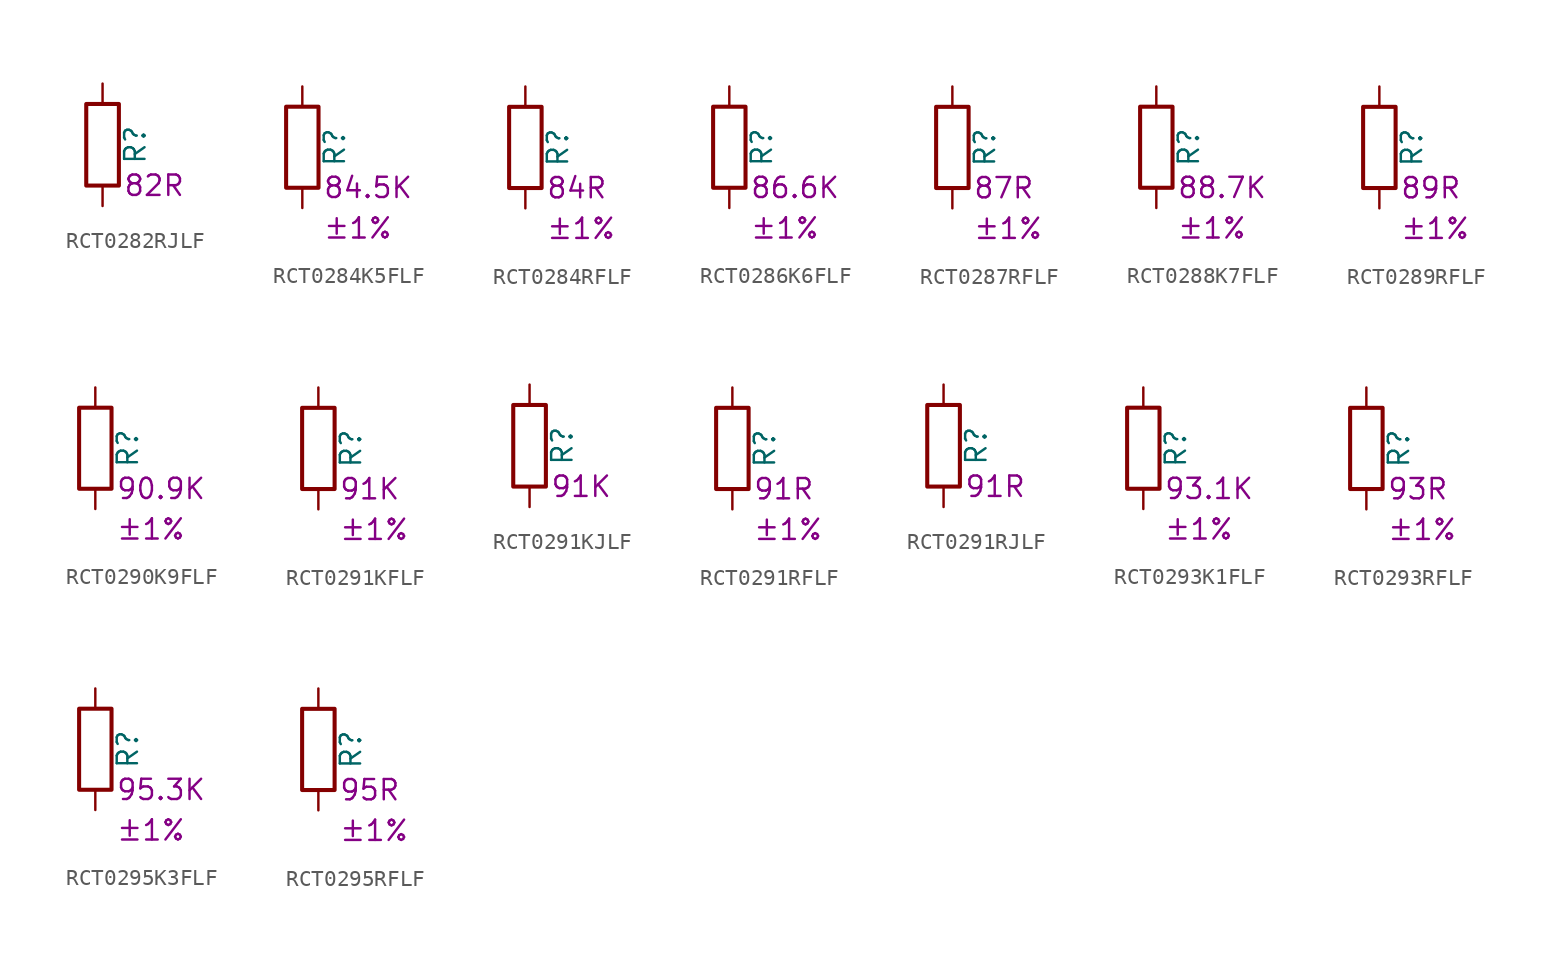
<source format=kicad_sym>
(kicad_symbol_lib
  (version 20220914)
  (generator kicad_symbol_editor)
  (symbol "RCT0282RJLF"
    (pin_numbers hide)
    (pin_names
      (offset 0))
    (property "Reference" "R"
      (at 2.032 0 90)
      (effects (font (size 1.27 1.27))))
    (property "Resistance" "82R"
      (at 1.27 -2.54 0)
      (effects (font (size 1.27 1.27)) (justify left)))
    (symbol "RCT0282RJLF_0_1"
      (rectangle (start -1.016 -2.54) (end 1.016 2.54) (stroke (width 0.254) (type default)) (fill (type none))))
    (symbol "RCT0282RJLF_1_1"
      (pin passive line (at 0 3.81 270) (length 1.27) (name "~" (effects (font (size 1.27 1.27)))) (number "1" (effects (font (size 1.27 1.27)))))
      (pin passive line (at 0 -3.81 90) (length 1.27) (name "~" (effects (font (size 1.27 1.27)))) (number "2" (effects (font (size 1.27 1.27)))))))
  (symbol "RCT0284K5FLF"
    (pin_numbers hide)
    (pin_names
      (offset 0))
    (property "Reference" "R"
      (at 2.032 0 90)
      (effects (font (size 1.27 1.27))))
    (property "Resistance" "84.5K"
      (at 1.27 -2.54 0)
      (effects (font (size 1.27 1.27)) (justify left)))
    (property "Tolerance" "±1%"
      (at 1.27 -5.08 0)
      (effects (font (size 1.27 1.27)) (justify left)))
    (symbol "RCT0284K5FLF_0_1"
      (rectangle (start -1.016 -2.54) (end 1.016 2.54) (stroke (width 0.254) (type default)) (fill (type none))))
    (symbol "RCT0284K5FLF_1_1"
      (pin passive line (at 0 3.81 270) (length 1.27) (name "~" (effects (font (size 1.27 1.27)))) (number "1" (effects (font (size 1.27 1.27)))))
      (pin passive line (at 0 -3.81 90) (length 1.27) (name "~" (effects (font (size 1.27 1.27)))) (number "2" (effects (font (size 1.27 1.27)))))))
  (symbol "RCT0284RFLF"
    (pin_numbers hide)
    (pin_names
      (offset 0))
    (property "Reference" "R"
      (at 2.032 0 90)
      (effects (font (size 1.27 1.27))))
    (property "Resistance" "84R"
      (at 1.27 -2.54 0)
      (effects (font (size 1.27 1.27)) (justify left)))
    (property "Tolerance" "±1%"
      (at 1.27 -5.08 0)
      (effects (font (size 1.27 1.27)) (justify left)))
    (symbol "RCT0284RFLF_0_1"
      (rectangle (start -1.016 -2.54) (end 1.016 2.54) (stroke (width 0.254) (type default)) (fill (type none))))
    (symbol "RCT0284RFLF_1_1"
      (pin passive line (at 0 3.81 270) (length 1.27) (name "~" (effects (font (size 1.27 1.27)))) (number "1" (effects (font (size 1.27 1.27)))))
      (pin passive line (at 0 -3.81 90) (length 1.27) (name "~" (effects (font (size 1.27 1.27)))) (number "2" (effects (font (size 1.27 1.27)))))))
  (symbol "RCT0286K6FLF"
    (pin_numbers hide)
    (pin_names
      (offset 0))
    (property "Reference" "R"
      (at 2.032 0 90)
      (effects (font (size 1.27 1.27))))
    (property "Resistance" "86.6K"
      (at 1.27 -2.54 0)
      (effects (font (size 1.27 1.27)) (justify left)))
    (property "Tolerance" "±1%"
      (at 1.27 -5.08 0)
      (effects (font (size 1.27 1.27)) (justify left)))
    (symbol "RCT0286K6FLF_0_1"
      (rectangle (start -1.016 -2.54) (end 1.016 2.54) (stroke (width 0.254) (type default)) (fill (type none))))
    (symbol "RCT0286K6FLF_1_1"
      (pin passive line (at 0 3.81 270) (length 1.27) (name "~" (effects (font (size 1.27 1.27)))) (number "1" (effects (font (size 1.27 1.27)))))
      (pin passive line (at 0 -3.81 90) (length 1.27) (name "~" (effects (font (size 1.27 1.27)))) (number "2" (effects (font (size 1.27 1.27)))))))
  (symbol "RCT0287RFLF"
    (pin_numbers hide)
    (pin_names
      (offset 0))
    (property "Reference" "R"
      (at 2.032 0 90)
      (effects (font (size 1.27 1.27))))
    (property "Resistance" "87R"
      (at 1.27 -2.54 0)
      (effects (font (size 1.27 1.27)) (justify left)))
    (property "Tolerance" "±1%"
      (at 1.27 -5.08 0)
      (effects (font (size 1.27 1.27)) (justify left)))
    (symbol "RCT0287RFLF_0_1"
      (rectangle (start -1.016 -2.54) (end 1.016 2.54) (stroke (width 0.254) (type default)) (fill (type none))))
    (symbol "RCT0287RFLF_1_1"
      (pin passive line (at 0 3.81 270) (length 1.27) (name "~" (effects (font (size 1.27 1.27)))) (number "1" (effects (font (size 1.27 1.27)))))
      (pin passive line (at 0 -3.81 90) (length 1.27) (name "~" (effects (font (size 1.27 1.27)))) (number "2" (effects (font (size 1.27 1.27)))))))
  (symbol "RCT0288K7FLF"
    (pin_numbers hide)
    (pin_names
      (offset 0))
    (property "Reference" "R"
      (at 2.032 0 90)
      (effects (font (size 1.27 1.27))))
    (property "Resistance" "88.7K"
      (at 1.27 -2.54 0)
      (effects (font (size 1.27 1.27)) (justify left)))
    (property "Tolerance" "±1%"
      (at 1.27 -5.08 0)
      (effects (font (size 1.27 1.27)) (justify left)))
    (symbol "RCT0288K7FLF_0_1"
      (rectangle (start -1.016 -2.54) (end 1.016 2.54) (stroke (width 0.254) (type default)) (fill (type none))))
    (symbol "RCT0288K7FLF_1_1"
      (pin passive line (at 0 3.81 270) (length 1.27) (name "~" (effects (font (size 1.27 1.27)))) (number "1" (effects (font (size 1.27 1.27)))))
      (pin passive line (at 0 -3.81 90) (length 1.27) (name "~" (effects (font (size 1.27 1.27)))) (number "2" (effects (font (size 1.27 1.27)))))))
  (symbol "RCT0289RFLF"
    (pin_numbers hide)
    (pin_names
      (offset 0))
    (property "Reference" "R"
      (at 2.032 0 90)
      (effects (font (size 1.27 1.27))))
    (property "Resistance" "89R"
      (at 1.27 -2.54 0)
      (effects (font (size 1.27 1.27)) (justify left)))
    (property "Tolerance" "±1%"
      (at 1.27 -5.08 0)
      (effects (font (size 1.27 1.27)) (justify left)))
    (symbol "RCT0289RFLF_0_1"
      (rectangle (start -1.016 -2.54) (end 1.016 2.54) (stroke (width 0.254) (type default)) (fill (type none))))
    (symbol "RCT0289RFLF_1_1"
      (pin passive line (at 0 3.81 270) (length 1.27) (name "~" (effects (font (size 1.27 1.27)))) (number "1" (effects (font (size 1.27 1.27)))))
      (pin passive line (at 0 -3.81 90) (length 1.27) (name "~" (effects (font (size 1.27 1.27)))) (number "2" (effects (font (size 1.27 1.27)))))))
  (symbol "RCT0290K9FLF"
    (pin_numbers hide)
    (pin_names
      (offset 0))
    (property "Reference" "R"
      (at 2.032 0 90)
      (effects (font (size 1.27 1.27))))
    (property "Resistance" "90.9K"
      (at 1.27 -2.54 0)
      (effects (font (size 1.27 1.27)) (justify left)))
    (property "Tolerance" "±1%"
      (at 1.27 -5.08 0)
      (effects (font (size 1.27 1.27)) (justify left)))
    (symbol "RCT0290K9FLF_0_1"
      (rectangle (start -1.016 -2.54) (end 1.016 2.54) (stroke (width 0.254) (type default)) (fill (type none))))
    (symbol "RCT0290K9FLF_1_1"
      (pin passive line (at 0 3.81 270) (length 1.27) (name "~" (effects (font (size 1.27 1.27)))) (number "1" (effects (font (size 1.27 1.27)))))
      (pin passive line (at 0 -3.81 90) (length 1.27) (name "~" (effects (font (size 1.27 1.27)))) (number "2" (effects (font (size 1.27 1.27)))))))
  (symbol "RCT0291KFLF"
    (pin_numbers hide)
    (pin_names
      (offset 0))
    (property "Reference" "R"
      (at 2.032 0 90)
      (effects (font (size 1.27 1.27))))
    (property "Resistance" "91K"
      (at 1.27 -2.54 0)
      (effects (font (size 1.27 1.27)) (justify left)))
    (property "Tolerance" "±1%"
      (at 1.27 -5.08 0)
      (effects (font (size 1.27 1.27)) (justify left)))
    (symbol "RCT0291KFLF_0_1"
      (rectangle (start -1.016 -2.54) (end 1.016 2.54) (stroke (width 0.254) (type default)) (fill (type none))))
    (symbol "RCT0291KFLF_1_1"
      (pin passive line (at 0 3.81 270) (length 1.27) (name "~" (effects (font (size 1.27 1.27)))) (number "1" (effects (font (size 1.27 1.27)))))
      (pin passive line (at 0 -3.81 90) (length 1.27) (name "~" (effects (font (size 1.27 1.27)))) (number "2" (effects (font (size 1.27 1.27)))))))
  (symbol "RCT0291KJLF"
    (pin_numbers hide)
    (pin_names
      (offset 0))
    (property "Reference" "R"
      (at 2.032 0 90)
      (effects (font (size 1.27 1.27))))
    (property "Resistance" "91K"
      (at 1.27 -2.54 0)
      (effects (font (size 1.27 1.27)) (justify left)))
    (symbol "RCT0291KJLF_0_1"
      (rectangle (start -1.016 -2.54) (end 1.016 2.54) (stroke (width 0.254) (type default)) (fill (type none))))
    (symbol "RCT0291KJLF_1_1"
      (pin passive line (at 0 3.81 270) (length 1.27) (name "~" (effects (font (size 1.27 1.27)))) (number "1" (effects (font (size 1.27 1.27)))))
      (pin passive line (at 0 -3.81 90) (length 1.27) (name "~" (effects (font (size 1.27 1.27)))) (number "2" (effects (font (size 1.27 1.27)))))))
  (symbol "RCT0291RFLF"
    (pin_numbers hide)
    (pin_names
      (offset 0))
    (property "Reference" "R"
      (at 2.032 0 90)
      (effects (font (size 1.27 1.27))))
    (property "Resistance" "91R"
      (at 1.27 -2.54 0)
      (effects (font (size 1.27 1.27)) (justify left)))
    (property "Tolerance" "±1%"
      (at 1.27 -5.08 0)
      (effects (font (size 1.27 1.27)) (justify left)))
    (symbol "RCT0291RFLF_0_1"
      (rectangle (start -1.016 -2.54) (end 1.016 2.54) (stroke (width 0.254) (type default)) (fill (type none))))
    (symbol "RCT0291RFLF_1_1"
      (pin passive line (at 0 3.81 270) (length 1.27) (name "~" (effects (font (size 1.27 1.27)))) (number "1" (effects (font (size 1.27 1.27)))))
      (pin passive line (at 0 -3.81 90) (length 1.27) (name "~" (effects (font (size 1.27 1.27)))) (number "2" (effects (font (size 1.27 1.27)))))))
  (symbol "RCT0291RJLF"
    (pin_numbers hide)
    (pin_names
      (offset 0))
    (property "Reference" "R"
      (at 2.032 0 90)
      (effects (font (size 1.27 1.27))))
    (property "Resistance" "91R"
      (at 1.27 -2.54 0)
      (effects (font (size 1.27 1.27)) (justify left)))
    (symbol "RCT0291RJLF_0_1"
      (rectangle (start -1.016 -2.54) (end 1.016 2.54) (stroke (width 0.254) (type default)) (fill (type none))))
    (symbol "RCT0291RJLF_1_1"
      (pin passive line (at 0 3.81 270) (length 1.27) (name "~" (effects (font (size 1.27 1.27)))) (number "1" (effects (font (size 1.27 1.27)))))
      (pin passive line (at 0 -3.81 90) (length 1.27) (name "~" (effects (font (size 1.27 1.27)))) (number "2" (effects (font (size 1.27 1.27)))))))
  (symbol "RCT0293K1FLF"
    (pin_numbers hide)
    (pin_names
      (offset 0))
    (property "Reference" "R"
      (at 2.032 0 90)
      (effects (font (size 1.27 1.27))))
    (property "Resistance" "93.1K"
      (at 1.27 -2.54 0)
      (effects (font (size 1.27 1.27)) (justify left)))
    (property "Tolerance" "±1%"
      (at 1.27 -5.08 0)
      (effects (font (size 1.27 1.27)) (justify left)))
    (symbol "RCT0293K1FLF_0_1"
      (rectangle (start -1.016 -2.54) (end 1.016 2.54) (stroke (width 0.254) (type default)) (fill (type none))))
    (symbol "RCT0293K1FLF_1_1"
      (pin passive line (at 0 3.81 270) (length 1.27) (name "~" (effects (font (size 1.27 1.27)))) (number "1" (effects (font (size 1.27 1.27)))))
      (pin passive line (at 0 -3.81 90) (length 1.27) (name "~" (effects (font (size 1.27 1.27)))) (number "2" (effects (font (size 1.27 1.27)))))))
  (symbol "RCT0293RFLF"
    (pin_numbers hide)
    (pin_names
      (offset 0))
    (property "Reference" "R"
      (at 2.032 0 90)
      (effects (font (size 1.27 1.27))))
    (property "Resistance" "93R"
      (at 1.27 -2.54 0)
      (effects (font (size 1.27 1.27)) (justify left)))
    (property "Tolerance" "±1%"
      (at 1.27 -5.08 0)
      (effects (font (size 1.27 1.27)) (justify left)))
    (symbol "RCT0293RFLF_0_1"
      (rectangle (start -1.016 -2.54) (end 1.016 2.54) (stroke (width 0.254) (type default)) (fill (type none))))
    (symbol "RCT0293RFLF_1_1"
      (pin passive line (at 0 3.81 270) (length 1.27) (name "~" (effects (font (size 1.27 1.27)))) (number "1" (effects (font (size 1.27 1.27)))))
      (pin passive line (at 0 -3.81 90) (length 1.27) (name "~" (effects (font (size 1.27 1.27)))) (number "2" (effects (font (size 1.27 1.27)))))))
  (symbol "RCT0295K3FLF"
    (pin_numbers hide)
    (pin_names
      (offset 0))
    (property "Reference" "R"
      (at 2.032 0 90)
      (effects (font (size 1.27 1.27))))
    (property "Resistance" "95.3K"
      (at 1.27 -2.54 0)
      (effects (font (size 1.27 1.27)) (justify left)))
    (property "Tolerance" "±1%"
      (at 1.27 -5.08 0)
      (effects (font (size 1.27 1.27)) (justify left)))
    (symbol "RCT0295K3FLF_0_1"
      (rectangle (start -1.016 -2.54) (end 1.016 2.54) (stroke (width 0.254) (type default)) (fill (type none))))
    (symbol "RCT0295K3FLF_1_1"
      (pin passive line (at 0 3.81 270) (length 1.27) (name "~" (effects (font (size 1.27 1.27)))) (number "1" (effects (font (size 1.27 1.27)))))
      (pin passive line (at 0 -3.81 90) (length 1.27) (name "~" (effects (font (size 1.27 1.27)))) (number "2" (effects (font (size 1.27 1.27)))))))
  (symbol "RCT0295RFLF"
    (pin_numbers hide)
    (pin_names
      (offset 0))
    (property "Reference" "R"
      (at 2.032 0 90)
      (effects (font (size 1.27 1.27))))
    (property "Resistance" "95R"
      (at 1.27 -2.54 0)
      (effects (font (size 1.27 1.27)) (justify left)))
    (property "Tolerance" "±1%"
      (at 1.27 -5.08 0)
      (effects (font (size 1.27 1.27)) (justify left)))
    (symbol "RCT0295RFLF_0_1"
      (rectangle (start -1.016 -2.54) (end 1.016 2.54) (stroke (width 0.254) (type default)) (fill (type none))))
    (symbol "RCT0295RFLF_1_1"
      (pin passive line (at 0 3.81 270) (length 1.27) (name "~" (effects (font (size 1.27 1.27)))) (number "1" (effects (font (size 1.27 1.27)))))
      (pin passive line (at 0 -3.81 90) (length 1.27) (name "~" (effects (font (size 1.27 1.27)))) (number "2" (effects (font (size 1.27 1.27))))))))
</source>
